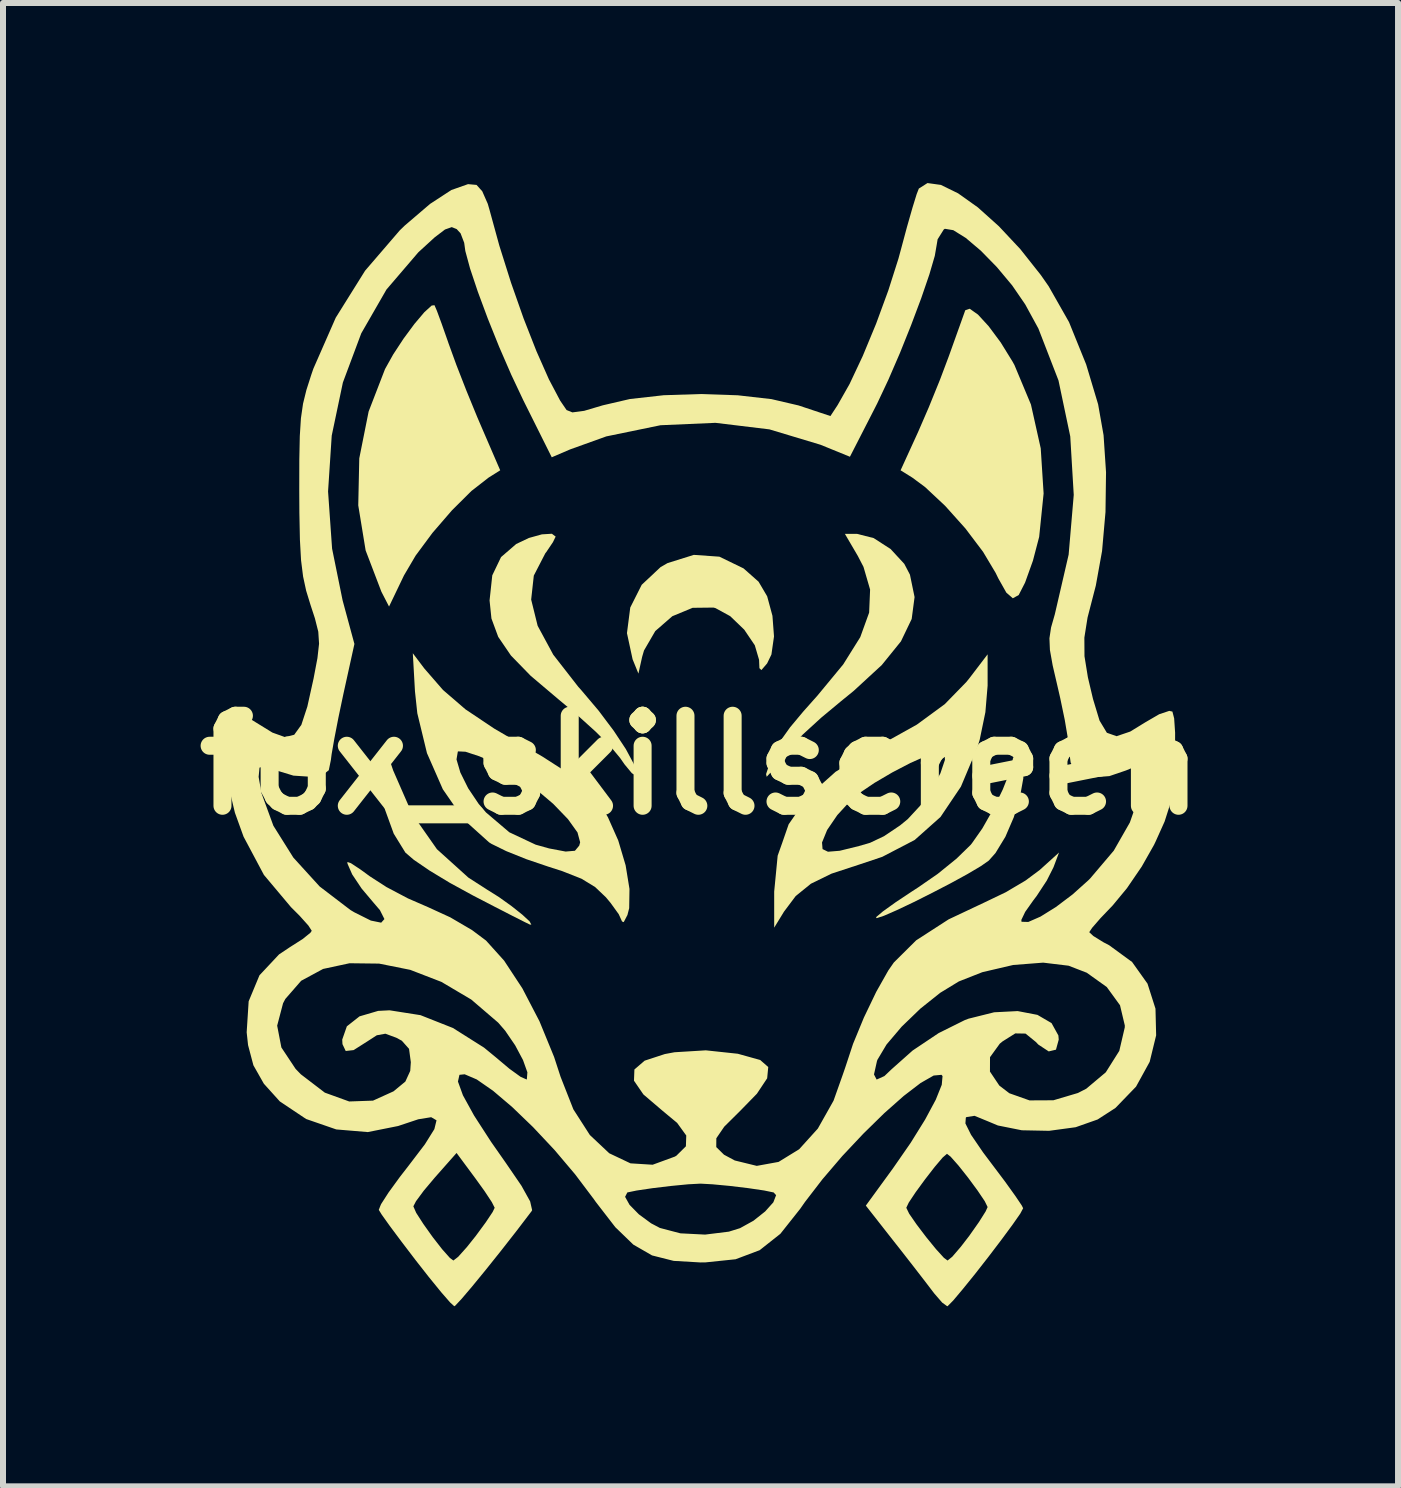
<source format=kicad_pcb>
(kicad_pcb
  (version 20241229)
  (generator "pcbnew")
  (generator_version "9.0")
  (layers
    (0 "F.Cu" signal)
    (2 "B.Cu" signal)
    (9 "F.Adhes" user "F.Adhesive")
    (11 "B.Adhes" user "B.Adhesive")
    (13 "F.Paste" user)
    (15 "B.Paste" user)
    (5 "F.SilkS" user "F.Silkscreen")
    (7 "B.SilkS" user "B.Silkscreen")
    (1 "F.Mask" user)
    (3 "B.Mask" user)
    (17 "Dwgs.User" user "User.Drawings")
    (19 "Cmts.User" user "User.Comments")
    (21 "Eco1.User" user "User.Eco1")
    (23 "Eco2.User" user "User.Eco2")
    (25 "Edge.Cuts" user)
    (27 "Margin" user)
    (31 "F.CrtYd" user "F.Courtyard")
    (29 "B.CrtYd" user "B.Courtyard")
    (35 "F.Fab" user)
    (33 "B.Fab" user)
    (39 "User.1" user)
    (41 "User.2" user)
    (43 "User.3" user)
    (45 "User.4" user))
  (footprint "fox_skillscreen"
    (layer "F.Cu")
    (at 8.621 9.697)
    (property "Reference" "fox_skillscreen" (at 0 0 0) (layer "F.SilkS") (effects (font (size 1.5 1.5) (thickness 0.3))))
    (attr board_only exclude_from_pos_files exclude_from_bom)
    (fp_poly (pts (xy -5.12 0.09) (xy -4.805 0.811) (xy -4.391 1.402) (xy -3.867 1.875) (xy -3.561 2.072) (xy -3.357 2.2) (xy -3.149 2.349) (xy -2.968 2.493) (xy -2.847 2.605) (xy -2.818 2.659) (xy -2.844 2.657) (xy -2.928 2.616) (xy -3.132 2.513) (xy -3.426 2.362) (xy -3.779 2.179) (xy -3.796 2.17) (xy -4.175 1.963) (xy -4.514 1.758) (xy -4.776 1.579) (xy -4.917 1.458) (xy -5.111 1.143) (xy -5.257 0.741) (xy -5.334 0.325) (xy -5.325 -0.016) (xy -5.265 -0.338)) (stroke (width 0) (type solid)) (fill yes) (layer "F.SilkS"))
    (fp_poly (pts (xy -4.391 -7.567) (xy -4.313 -7.355) (xy -4.212 -7.068) (xy -4.198 -7.027) (xy -4.068 -6.669) (xy -3.898 -6.233) (xy -3.72 -5.799) (xy -3.666 -5.673) (xy -3.337 -4.911) (xy -3.531 -4.789) (xy -3.816 -4.567) (xy -4.141 -4.244) (xy -4.465 -3.869) (xy -4.746 -3.49) (xy -4.94 -3.16) (xy -5.189 -2.641) (xy -5.316 -2.887) (xy -5.579 -3.576) (xy -5.702 -4.327) (xy -5.685 -5.11) (xy -5.529 -5.891) (xy -5.256 -6.598) (xy -5.119 -6.843) (xy -4.947 -7.105) (xy -4.766 -7.35) (xy -4.601 -7.545) (xy -4.479 -7.656) (xy -4.432 -7.662)) (stroke (width 0) (type solid)) (fill yes) (layer "F.SilkS"))
    (fp_poly (pts (xy 0.315 -3.472) (xy 0.717 -3.277) (xy 0.968 -3.055) (xy 1.111 -2.812) (xy 1.199 -2.487) (xy 1.225 -2.143) (xy 1.182 -1.842) (xy 1.11 -1.693) (xy 1.015 -1.583) (xy 0.982 -1.614) (xy 0.976 -1.754) (xy 0.905 -1.996) (xy 0.729 -2.256) (xy 0.495 -2.481) (xy 0.25 -2.615) (xy 0.217 -2.624) (xy -0.131 -2.62) (xy -0.469 -2.48) (xy -0.753 -2.233) (xy -0.941 -1.909) (xy -0.972 -1.803) (xy -1.034 -1.524) (xy -1.131 -1.762) (xy -1.225 -2.198) (xy -1.17 -2.625) (xy -0.979 -3.004) (xy -0.664 -3.299) (xy -0.549 -3.365) (xy -0.111 -3.502)) (stroke (width 0) (type solid)) (fill yes) (layer "F.SilkS"))
    (fp_poly (pts (xy 2.885 -3.782) (xy 3.167 -3.6) (xy 3.396 -3.352) (xy 3.49 -3.172) (xy 3.567 -2.799) (xy 3.519 -2.434) (xy 3.34 -2.061) (xy 3.021 -1.667) (xy 2.553 -1.236) (xy 2.344 -1.066) (xy 2.011 -0.789) (xy 1.705 -0.509) (xy 1.466 -0.264) (xy 1.359 -0.133) (xy 1.189 0.102) (xy 1.103 0.195) (xy 1.093 0.151) (xy 1.145 -0.006) (xy 1.237 -0.225) (xy 1.344 -0.42) (xy 1.493 -0.629) (xy 1.711 -0.89) (xy 1.951 -1.16) (xy 2.378 -1.677) (xy 2.662 -2.131) (xy 2.81 -2.54) (xy 2.826 -2.924) (xy 2.716 -3.302) (xy 2.621 -3.485) (xy 2.406 -3.852) (xy 2.609 -3.852)) (stroke (width 0) (type solid)) (fill yes) (layer "F.SilkS"))
    (fp_poly (pts (xy 4.623 -7.506) (xy 4.802 -7.311) (xy 5.002 -7.042) (xy 5.199 -6.723) (xy 5.231 -6.665) (xy 5.506 -6.007) (xy 5.669 -5.277) (xy 5.717 -4.525) (xy 5.643 -3.802) (xy 5.539 -3.405) (xy 5.408 -3.04) (xy 5.302 -2.833) (xy 5.204 -2.779) (xy 5.096 -2.873) (xy 4.963 -3.109) (xy 4.917 -3.203) (xy 4.708 -3.553) (xy 4.414 -3.942) (xy 4.077 -4.318) (xy 3.743 -4.631) (xy 3.53 -4.789) (xy 3.334 -4.911) (xy 3.625 -5.548) (xy 3.804 -5.961) (xy 3.991 -6.422) (xy 4.14 -6.818) (xy 4.253 -7.134) (xy 4.348 -7.399) (xy 4.406 -7.562) (xy 4.412 -7.578) (xy 4.486 -7.603)) (stroke (width 0) (type solid)) (fill yes) (layer "F.SilkS"))
    (fp_poly (pts (xy 5.302 -0.163) (xy 5.376 -0.026) (xy 5.379 0.219) (xy 5.323 0.531) (xy 5.22 0.87) (xy 5.08 1.195) (xy 4.915 1.466) (xy 4.803 1.592) (xy 4.673 1.683) (xy 4.452 1.814) (xy 4.171 1.968) (xy 3.859 2.13) (xy 3.55 2.285) (xy 3.272 2.417) (xy 3.057 2.511) (xy 2.935 2.551) (xy 2.925 2.535) (xy 3.037 2.44) (xy 3.253 2.285) (xy 3.533 2.099) (xy 3.626 2.039) (xy 3.955 1.811) (xy 4.266 1.559) (xy 4.498 1.333) (xy 4.522 1.304) (xy 4.696 1.056) (xy 4.876 0.739) (xy 5.037 0.406) (xy 5.155 0.108) (xy 5.205 -0.103) (xy 5.205 -0.111) (xy 5.259 -0.177)) (stroke (width 0) (type solid)) (fill yes) (layer "F.SilkS"))
    (fp_poly (pts (xy -2.413 -3.807) (xy -2.458 -3.714) (xy -2.569 -3.549) (xy -2.585 -3.529) (xy -2.777 -3.157) (xy -2.821 -2.757) (xy -2.713 -2.32) (xy -2.453 -1.839) (xy -2.037 -1.305) (xy -1.98 -1.241) (xy -1.696 -0.905) (xy -1.445 -0.571) (xy -1.244 -0.267) (xy -1.112 -0.021) (xy -1.066 0.139) (xy -1.079 0.175) (xy -1.143 0.136) (xy -1.264 -0.01) (xy -1.34 -0.119) (xy -1.495 -0.306) (xy -1.75 -0.56) (xy -2.066 -0.845) (xy -2.366 -1.095) (xy -2.829 -1.487) (xy -3.158 -1.825) (xy -3.37 -2.136) (xy -3.483 -2.442) (xy -3.514 -2.743) (xy -3.469 -3.161) (xy -3.323 -3.465) (xy -3.071 -3.683) (xy -2.858 -3.784) (xy -2.642 -3.844) (xy -2.476 -3.854)) (stroke (width 0) (type solid)) (fill yes) (layer "F.SilkS"))
    (fp_poly (pts (xy 4.784 -1.322) (xy 4.747 -0.881) (xy 4.652 -0.421) (xy 4.611 -0.287) (xy 4.339 0.36) (xy 3.999 0.865) (xy 3.569 1.248) (xy 3.029 1.529) (xy 2.659 1.653) (xy 2.184 1.809) (xy 1.84 1.977) (xy 1.587 2.182) (xy 1.388 2.447) (xy 1.388 2.448) (xy 1.228 2.709) (xy 1.228 2.109) (xy 1.286 1.51) (xy 1.364 1.29) (xy 2.025 1.29) (xy 2.034 1.4) (xy 2.124 1.444) (xy 2.32 1.428) (xy 2.641 1.349) (xy 2.826 1.295) (xy 3.058 1.185) (xy 3.326 1.005) (xy 3.454 0.9) (xy 3.664 0.673) (xy 3.854 0.403) (xy 3.998 0.136) (xy 4.073 -0.087) (xy 4.064 -0.212) (xy 3.968 -0.22) (xy 3.766 -0.154) (xy 3.496 -0.034) (xy 3.195 0.123) (xy 2.899 0.297) (xy 2.645 0.469) (xy 2.512 0.58) (xy 2.28 0.833) (xy 2.11 1.082) (xy 2.025 1.29) (xy 1.364 1.29) (xy 1.469 0.987) (xy 1.788 0.526) (xy 2.251 0.112) (xy 2.871 -0.27) (xy 3.006 -0.34) (xy 3.605 -0.674) (xy 4.069 -1.014) (xy 4.429 -1.383) (xy 4.486 -1.454) (xy 4.784 -1.845)) (stroke (width 0) (type solid)) (fill yes) (layer "F.SilkS"))
    (fp_poly (pts (xy -4.601 -1.609) (xy -4.29 -1.251) (xy -3.915 -0.928) (xy -3.437 -0.608) (xy -3.141 -0.435) (xy -2.636 -0.143) (xy -2.258 0.1) (xy -1.978 0.316) (xy -1.77 0.527) (xy -1.608 0.756) (xy -1.541 0.872) (xy -1.37 1.257) (xy -1.247 1.671) (xy -1.183 2.064) (xy -1.188 2.385) (xy -1.217 2.498) (xy -1.279 2.617) (xy -1.307 2.606) (xy -1.362 2.485) (xy -1.497 2.298) (xy -1.575 2.204) (xy -1.756 2.032) (xy -1.982 1.894) (xy -2.301 1.768) (xy -2.54 1.691) (xy -2.902 1.568) (xy -3.236 1.434) (xy -3.482 1.313) (xy -3.522 1.288) (xy -3.943 0.909) (xy -4.293 0.403) (xy -4.511 -0.094) (xy -4.065 -0.094) (xy -4.001 0.124) (xy -3.871 0.386) (xy -3.695 0.648) (xy -3.573 0.79) (xy -3.185 1.12) (xy -2.747 1.326) (xy -2.522 1.389) (xy -2.247 1.441) (xy -2.092 1.428) (xy -2.02 1.342) (xy -2.005 1.287) (xy -2.049 1.123) (xy -2.208 0.901) (xy -2.454 0.646) (xy -2.758 0.388) (xy -3.089 0.153) (xy -3.381 -0.012) (xy -3.684 -0.146) (xy -3.915 -0.222) (xy -4.038 -0.228) (xy -4.043 -0.224) (xy -4.065 -0.094) (xy -4.511 -0.094) (xy -4.557 -0.198) (xy -4.718 -0.863) (xy -4.757 -1.228) (xy -4.793 -1.863)) (stroke (width 0) (type solid)) (fill yes) (layer "F.SilkS"))
    (fp_poly (pts (xy 4.006 -9.666) (xy 4.292 -9.526) (xy 4.621 -9.292) (xy 4.972 -8.977) (xy 5.329 -8.596) (xy 5.671 -8.164) (xy 5.8 -7.979) (xy 6.14 -7.381) (xy 6.426 -6.675) (xy 6.625 -6.011) (xy 6.716 -5.496) (xy 6.757 -4.878) (xy 6.748 -4.216) (xy 6.691 -3.567) (xy 6.587 -2.991) (xy 6.558 -2.879) (xy 6.449 -2.457) (xy 6.396 -2.123) (xy 6.398 -1.813) (xy 6.455 -1.461) (xy 6.54 -1.101) (xy 6.649 -0.741) (xy 6.771 -0.538) (xy 6.933 -0.481) (xy 7.16 -0.558) (xy 7.411 -0.712) (xy 7.643 -0.847) (xy 7.811 -0.903) (xy 7.863 -0.891) (xy 7.892 -0.778) (xy 7.908 -0.539) (xy 7.907 -0.217) (xy 7.901 -0.056) (xy 7.873 0.35) (xy 7.823 0.659) (xy 7.733 0.941) (xy 7.586 1.268) (xy 7.557 1.329) (xy 7.352 1.691) (xy 7.106 2.051) (xy 6.872 2.334) (xy 6.863 2.344) (xy 6.665 2.551) (xy 6.526 2.711) (xy 6.477 2.784) (xy 6.545 2.848) (xy 6.717 2.954) (xy 6.809 3.002) (xy 7.191 3.281) (xy 7.448 3.642) (xy 7.581 4.059) (xy 7.592 4.503) (xy 7.484 4.945) (xy 7.257 5.358) (xy 6.914 5.713) (xy 6.617 5.905) (xy 6.251 6.034) (xy 5.808 6.094) (xy 5.354 6.085) (xy 4.955 6.005) (xy 4.795 5.938) (xy 4.566 5.844) (xy 4.431 5.865) (xy 4.421 5.875) (xy 4.414 5.971) (xy 4.508 6.16) (xy 4.708 6.453) (xy 4.854 6.647) (xy 5.073 6.938) (xy 5.246 7.179) (xy 5.353 7.338) (xy 5.376 7.384) (xy 5.328 7.474) (xy 5.198 7.66) (xy 5.012 7.912) (xy 4.796 8.196) (xy 4.574 8.48) (xy 4.37 8.732) (xy 4.211 8.921) (xy 4.12 9.013) (xy 4.111 9.017) (xy 4.027 8.956) (xy 3.897 8.806) (xy 3.88 8.784) (xy 3.748 8.611) (xy 3.547 8.351) (xy 3.314 8.052) (xy 3.23 7.946) (xy 2.783 7.376) (xy 3.429 7.376) (xy 3.477 7.475) (xy 3.6 7.653) (xy 3.76 7.864) (xy 3.924 8.065) (xy 4.056 8.21) (xy 4.117 8.255) (xy 4.195 8.192) (xy 4.336 8.028) (xy 4.48 7.841) (xy 4.641 7.612) (xy 4.751 7.437) (xy 4.784 7.364) (xy 4.736 7.266) (xy 4.616 7.088) (xy 4.459 6.875) (xy 4.298 6.672) (xy 4.168 6.525) (xy 4.107 6.477) (xy 4.035 6.539) (xy 3.901 6.697) (xy 3.74 6.905) (xy 3.585 7.117) (xy 3.47 7.29) (xy 3.429 7.376) (xy 2.783 7.376) (xy 2.755 7.34) (xy 3.208 6.718) (xy 3.502 6.294) (xy 3.743 5.906) (xy 3.92 5.576) (xy 4.02 5.327) (xy 4.033 5.182) (xy 4.016 5.161) (xy 3.885 5.173) (xy 3.668 5.297) (xy 3.386 5.513) (xy 3.061 5.801) (xy 2.713 6.142) (xy 2.363 6.514) (xy 2.033 6.9) (xy 1.742 7.278) (xy 1.661 7.394) (xy 1.331 7.81) (xy 0.986 8.083) (xy 0.585 8.234) (xy 0.084 8.286) (xy 0 8.287) (xy -0.447 8.261) (xy -0.807 8.17) (xy -1.119 7.99) (xy -1.419 7.7) (xy -1.745 7.278) (xy -1.776 7.234) (xy -1.806 7.194) (xy -1.256 7.194) (xy -1.182 7.327) (xy -1.027 7.485) (xy -0.823 7.635) (xy -0.677 7.712) (xy -0.335 7.802) (xy 0.077 7.823) (xy 0.473 7.774) (xy 0.659 7.716) (xy 0.883 7.592) (xy 1.078 7.437) (xy 1.214 7.285) (xy 1.26 7.166) (xy 1.219 7.121) (xy 1.06 7.088) (xy 0.795 7.049) (xy 0.487 7.012) (xy 0.2 6.985) (xy 0 6.974) (xy -0.206 6.985) (xy -0.494 7.013) (xy -0.802 7.05) (xy -1.065 7.089) (xy -1.219 7.121) (xy -1.256 7.194) (xy -1.806 7.194) (xy -2.088 6.82) (xy -2.432 6.413) (xy -2.789 6.033) (xy -3.137 5.698) (xy -3.457 5.426) (xy -3.728 5.238) (xy -3.929 5.152) (xy -4.016 5.161) (xy -4.041 5.273) (xy -3.958 5.502) (xy -3.772 5.84) (xy -3.488 6.279) (xy -3.243 6.629) (xy -2.983 7.009) (xy -2.838 7.27) (xy -2.805 7.416) (xy -2.814 7.433) (xy -3.061 7.757) (xy -3.323 8.092) (xy -3.578 8.411) (xy -3.805 8.688) (xy -3.981 8.895) (xy -4.085 9.006) (xy -4.102 9.017) (xy -4.171 8.954) (xy -4.32 8.783) (xy -4.526 8.53) (xy -4.744 8.252) (xy -4.981 7.941) (xy -5.178 7.677) (xy -5.312 7.489) (xy -5.36 7.411) (xy -5.337 7.352) (xy -4.784 7.352) (xy -4.737 7.46) (xy -4.618 7.645) (xy -4.463 7.863) (xy -4.304 8.067) (xy -4.175 8.212) (xy -4.117 8.255) (xy -4.037 8.193) (xy -3.892 8.031) (xy -3.743 7.844) (xy -3.577 7.618) (xy -3.463 7.447) (xy -3.429 7.376) (xy -3.476 7.283) (xy -3.598 7.098) (xy -3.747 6.891) (xy -4.064 6.463) (xy -4.424 6.87) (xy -4.61 7.091) (xy -4.74 7.267) (xy -4.784 7.352) (xy -5.337 7.352) (xy -5.322 7.316) (xy -5.198 7.123) (xy -5.009 6.863) (xy -4.87 6.684) (xy -4.592 6.319) (xy -4.434 6.066) (xy -4.398 5.919) (xy -4.487 5.867) (xy -4.702 5.902) (xy -5.038 6.014) (xy -5.543 6.115) (xy -6.068 6.071) (xy -6.571 5.897) (xy -7.009 5.604) (xy -7.275 5.309) (xy -7.449 5.002) (xy -7.538 4.666) (xy -7.561 4.453) (xy -7.554 4.342) (xy -7.053 4.342) (xy -6.983 4.705) (xy -6.746 5.062) (xy -6.659 5.152) (xy -6.259 5.458) (xy -5.853 5.605) (xy -5.456 5.591) (xy -5.114 5.436) (xy -4.917 5.273) (xy -4.836 5.096) (xy -4.826 4.951) (xy -4.856 4.728) (xy -4.976 4.593) (xy -5.068 4.543) (xy -5.25 4.476) (xy -5.393 4.502) (xy -5.552 4.605) (xy -5.779 4.749) (xy -5.911 4.764) (xy -5.965 4.65) (xy -5.969 4.574) (xy -5.892 4.353) (xy -5.681 4.187) (xy -5.371 4.096) (xy -5.18 4.086) (xy -4.665 4.167) (xy -4.124 4.381) (xy -3.606 4.708) (xy -3.415 4.865) (xy -3.183 5.06) (xy -2.999 5.193) (xy -2.899 5.238) (xy -2.893 5.236) (xy -2.884 5.119) (xy -2.957 4.915) (xy -3.088 4.669) (xy -3.255 4.425) (xy -3.37 4.292) (xy -3.819 3.907) (xy -4.316 3.613) (xy -4.836 3.412) (xy -5.355 3.308) (xy -5.847 3.302) (xy -6.288 3.397) (xy -6.653 3.594) (xy -6.917 3.897) (xy -6.955 3.969) (xy -7.053 4.342) (xy -7.554 4.342) (xy -7.528 3.936) (xy -7.348 3.503) (xy -7.021 3.154) (xy -6.838 3.032) (xy -6.629 2.899) (xy -6.499 2.794) (xy -6.477 2.761) (xy -6.533 2.674) (xy -6.678 2.512) (xy -6.823 2.367) (xy -7.274 1.83) (xy -7.613 1.193) (xy -7.757 0.794) (xy -7.827 0.501) (xy -7.872 0.197) (xy -7.362 0.197) (xy -7.314 0.47) (xy -7.116 1.011) (xy -6.783 1.542) (xy -6.345 2.023) (xy -5.832 2.415) (xy -5.768 2.453) (xy -5.492 2.591) (xy -5.32 2.626) (xy -5.266 2.566) (xy -5.341 2.417) (xy -5.443 2.298) (xy -5.646 2.057) (xy -5.803 1.822) (xy -5.881 1.644) (xy -5.884 1.615) (xy -5.824 1.635) (xy -5.669 1.737) (xy -5.51 1.853) (xy -5.231 2.033) (xy -4.873 2.222) (xy -4.542 2.366) (xy -4.169 2.537) (xy -3.807 2.749) (xy -3.573 2.924) (xy -3.272 3.258) (xy -2.968 3.72) (xy -2.683 4.268) (xy -2.439 4.863) (xy -2.331 5.194) (xy -2.118 5.736) (xy -1.843 6.164) (xy -1.52 6.468) (xy -1.166 6.636) (xy -0.797 6.659) (xy -0.428 6.524) (xy -0.402 6.509) (xy -0.243 6.352) (xy -0.237 6.172) (xy -0.389 5.962) (xy -0.631 5.761) (xy -0.951 5.488) (xy -1.108 5.259) (xy -1.101 5.072) (xy -0.93 4.925) (xy -0.594 4.815) (xy -0.433 4.785) (xy 0.089 4.753) (xy 0.622 4.81) (xy 0.995 4.914) (xy 1.129 5.031) (xy 1.111 5.219) (xy 0.94 5.476) (xy 0.664 5.759) (xy 0.396 6.025) (xy 0.264 6.218) (xy 0.263 6.365) (xy 0.392 6.492) (xy 0.571 6.588) (xy 0.938 6.678) (xy 1.301 6.612) (xy 1.644 6.401) (xy 1.955 6.057) (xy 2.217 5.592) (xy 2.372 5.155) (xy 2.891 5.155) (xy 2.935 5.24) (xy 3.064 5.182) (xy 3.184 5.068) (xy 3.535 4.756) (xy 3.968 4.466) (xy 4.4 4.251) (xy 4.465 4.226) (xy 4.893 4.119) (xy 5.285 4.099) (xy 5.614 4.162) (xy 5.849 4.299) (xy 5.963 4.505) (xy 5.969 4.574) (xy 5.923 4.742) (xy 5.802 4.771) (xy 5.629 4.657) (xy 5.588 4.614) (xy 5.416 4.474) (xy 5.245 4.471) (xy 5.032 4.605) (xy 4.987 4.642) (xy 4.824 4.867) (xy 4.823 5.107) (xy 4.979 5.34) (xy 5.146 5.468) (xy 5.482 5.587) (xy 5.88 5.585) (xy 6.288 5.464) (xy 6.427 5.393) (xy 6.753 5.119) (xy 6.978 4.762) (xy 7.069 4.372) (xy 7.07 4.339) (xy 6.99 4.002) (xy 6.769 3.698) (xy 6.436 3.46) (xy 6.133 3.343) (xy 5.71 3.292) (xy 5.21 3.331) (xy 4.696 3.451) (xy 4.305 3.605) (xy 3.995 3.794) (xy 3.664 4.058) (xy 3.352 4.359) (xy 3.1 4.656) (xy 2.949 4.909) (xy 2.941 4.93) (xy 2.891 5.155) (xy 2.372 5.155) (xy 2.413 5.036) (xy 2.542 4.645) (xy 2.723 4.206) (xy 2.928 3.779) (xy 3.129 3.423) (xy 3.222 3.289) (xy 3.594 2.92) (xy 4.134 2.571) (xy 4.74 2.285) (xy 5.086 2.119) (xy 5.417 1.923) (xy 5.652 1.748) (xy 5.974 1.457) (xy 5.882 1.702) (xy 5.77 1.924) (xy 5.602 2.18) (xy 5.545 2.255) (xy 5.41 2.446) (xy 5.346 2.58) (xy 5.349 2.611) (xy 5.462 2.614) (xy 5.665 2.525) (xy 5.922 2.365) (xy 6.199 2.156) (xy 6.46 1.922) (xy 6.494 1.888) (xy 6.886 1.426) (xy 7.154 0.957) (xy 7.319 0.484) (xy 7.377 0.197) (xy 7.353 0.049) (xy 7.239 0.028) (xy 7.089 0.09) (xy 6.813 0.184) (xy 6.528 0.206) (xy 6.3 0.153) (xy 6.24 0.11) (xy 6.167 -0.043) (xy 6.14 -0.25) (xy 6.121 -0.446) (xy 6.069 -0.754) (xy 5.993 -1.119) (xy 5.954 -1.289) (xy 5.868 -1.66) (xy 5.822 -1.918) (xy 5.814 -2.112) (xy 5.841 -2.292) (xy 5.903 -2.509) (xy 5.905 -2.517) (xy 6.134 -3.506) (xy 6.219 -4.501) (xy 6.161 -5.476) (xy 5.965 -6.408) (xy 5.63 -7.273) (xy 5.41 -7.676) (xy 5.193 -7.992) (xy 4.938 -8.297) (xy 4.672 -8.569) (xy 4.421 -8.782) (xy 4.212 -8.912) (xy 4.072 -8.935) (xy 4.054 -8.924) (xy 3.951 -8.76) (xy 3.937 -8.676) (xy 3.904 -8.484) (xy 3.813 -8.173) (xy 3.677 -7.776) (xy 3.509 -7.329) (xy 3.323 -6.865) (xy 3.13 -6.419) (xy 2.945 -6.026) (xy 2.909 -5.955) (xy 2.49 -5.137) (xy 1.999 -5.337) (xy 1.149 -5.593) (xy 0.25 -5.702) (xy -0.666 -5.662) (xy -1.569 -5.476) (xy -2.17 -5.26) (xy -2.478 -5.128) (xy -2.952 -6.078) (xy -3.152 -6.502) (xy -3.354 -6.967) (xy -3.544 -7.44) (xy -3.71 -7.887) (xy -3.839 -8.273) (xy -3.918 -8.565) (xy -3.937 -8.702) (xy -3.997 -8.859) (xy -4.062 -8.93) (xy -4.144 -8.963) (xy -4.257 -8.923) (xy -4.428 -8.793) (xy -4.686 -8.557) (xy -4.702 -8.542) (xy -5.232 -7.923) (xy -5.652 -7.193) (xy -5.958 -6.374) (xy -6.144 -5.489) (xy -6.205 -4.559) (xy -6.138 -3.606) (xy -5.963 -2.745) (xy -5.766 -2.018) (xy -5.951 -1.178) (xy -6.032 -0.793) (xy -6.1 -0.443) (xy -6.146 -0.179) (xy -6.158 -0.085) (xy -6.193 0.086) (xy -6.293 0.165) (xy -6.493 0.195) (xy -6.782 0.176) (xy -7.051 0.094) (xy -7.06 0.09) (xy -7.25 0.013) (xy -7.347 0.043) (xy -7.362 0.197) (xy -7.872 0.197) (xy -7.879 0.153) (xy -7.91 -0.205) (xy -7.918 -0.531) (xy -7.901 -0.782) (xy -7.857 -0.914) (xy -7.849 -0.92) (xy -7.748 -0.9) (xy -7.558 -0.804) (xy -7.413 -0.714) (xy -7.132 -0.541) (xy -6.923 -0.466) (xy -6.769 -0.505) (xy -6.65 -0.67) (xy -6.55 -0.975) (xy -6.448 -1.435) (xy -6.447 -1.439) (xy -6.382 -1.782) (xy -6.355 -2.022) (xy -6.368 -2.222) (xy -6.424 -2.444) (xy -6.497 -2.667) (xy -6.57 -2.905) (xy -6.621 -3.141) (xy -6.655 -3.412) (xy -6.674 -3.754) (xy -6.683 -4.205) (xy -6.685 -4.572) (xy -6.684 -5.092) (xy -6.676 -5.482) (xy -6.657 -5.779) (xy -6.622 -6.021) (xy -6.566 -6.249) (xy -6.486 -6.499) (xy -6.45 -6.604) (xy -6.077 -7.454) (xy -5.588 -8.237) (xy -5.01 -8.909) (xy -4.925 -8.991) (xy -4.505 -9.35) (xy -4.151 -9.581) (xy -3.873 -9.679) (xy -3.731 -9.666) (xy -3.636 -9.56) (xy -3.544 -9.351) (xy -3.516 -9.254) (xy -3.351 -8.653) (xy -3.157 -8.038) (xy -2.947 -7.441) (xy -2.732 -6.893) (xy -2.525 -6.426) (xy -2.338 -6.072) (xy -2.231 -5.915) (xy -2.134 -5.876) (xy -1.938 -5.902) (xy -1.627 -5.994) (xy -1.175 -6.099) (xy -0.613 -6.162) (xy 0.004 -6.182) (xy 0.621 -6.161) (xy 1.183 -6.097) (xy 1.633 -5.992) (xy 2.165 -5.815) (xy 2.285 -5.998) (xy 2.484 -6.349) (xy 2.704 -6.817) (xy 2.926 -7.353) (xy 3.13 -7.909) (xy 3.298 -8.437) (xy 3.338 -8.584) (xy 3.44 -8.964) (xy 3.532 -9.286) (xy 3.602 -9.513) (xy 3.638 -9.605) (xy 3.782 -9.697)) (stroke (width 0) (type solid)) (fill yes) (layer "F.SilkS")))
  (gr_rect
    (start -3 -3)
    (end 20.243 21.714)
    (stroke (width 0.1) (type default))
    (fill no)
    (layer "Edge.Cuts")))
</source>
